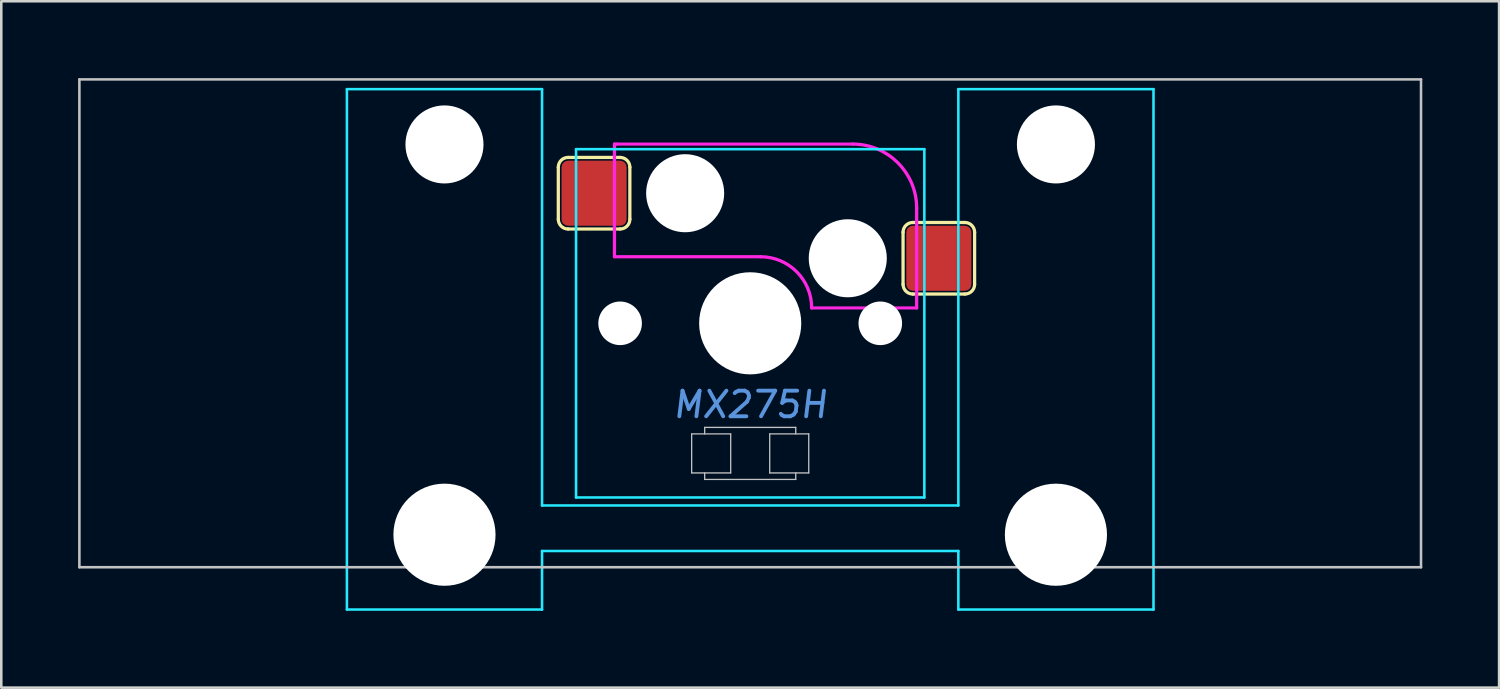
<source format=kicad_pcb>
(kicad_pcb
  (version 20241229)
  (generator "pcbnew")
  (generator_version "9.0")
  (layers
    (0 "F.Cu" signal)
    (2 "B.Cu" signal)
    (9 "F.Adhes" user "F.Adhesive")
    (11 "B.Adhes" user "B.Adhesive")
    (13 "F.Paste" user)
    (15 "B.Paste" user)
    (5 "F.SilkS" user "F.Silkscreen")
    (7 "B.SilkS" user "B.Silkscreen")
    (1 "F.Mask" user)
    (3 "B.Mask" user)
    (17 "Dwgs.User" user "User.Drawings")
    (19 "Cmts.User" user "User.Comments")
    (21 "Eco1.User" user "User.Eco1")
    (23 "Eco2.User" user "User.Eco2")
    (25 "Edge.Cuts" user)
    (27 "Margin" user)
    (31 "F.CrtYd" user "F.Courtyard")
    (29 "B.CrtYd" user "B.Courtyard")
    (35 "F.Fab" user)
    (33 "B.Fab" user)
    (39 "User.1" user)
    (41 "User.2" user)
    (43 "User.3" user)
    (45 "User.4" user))
  (footprint "MX275H"
    (layer "F.Cu")
    (at 26.244 9.575)
    (property "Reference" "MX275H" (at 0 3.175 0) (layer "Cmts.User") (effects (font (size 1 1) (thickness 0.15) (italic yes))))
    (attr smd)
    (fp_line (start -7.493 -6.096) (end -7.493 -4.064) (stroke (width 0.127) (type solid)) (layer "F.SilkS"))
    (fp_line (start -7.112 -3.683) (end -5.08 -3.683) (stroke (width 0.127) (type solid)) (layer "F.SilkS"))
    (fp_line (start -5.08 -6.477) (end -7.112 -6.477) (stroke (width 0.127) (type solid)) (layer "F.SilkS"))
    (fp_line (start -4.699 -4.064) (end -4.699 -6.096) (stroke (width 0.127) (type solid)) (layer "F.SilkS"))
    (fp_line (start 5.969 -3.556) (end 5.969 -1.524) (stroke (width 0.127) (type solid)) (layer "F.SilkS"))
    (fp_line (start 6.35 -1.143) (end 8.382 -1.143) (stroke (width 0.127) (type solid)) (layer "F.SilkS"))
    (fp_line (start 8.382 -3.937) (end 6.35 -3.937) (stroke (width 0.127) (type solid)) (layer "F.SilkS"))
    (fp_line (start 8.763 -1.524) (end 8.763 -3.556) (stroke (width 0.127) (type solid)) (layer "F.SilkS"))
    (fp_arc (start -7.493 -6.096) (mid -7.381408 -6.365408) (end -7.112 -6.477) (stroke (width 0.127) (type solid)) (layer "F.SilkS"))
    (fp_arc (start -7.112 -3.683) (mid -7.381408 -3.794592) (end -7.493 -4.064) (stroke (width 0.127) (type solid)) (layer "F.SilkS"))
    (fp_arc (start -5.08 -6.477) (mid -4.810592 -6.365408) (end -4.699 -6.096) (stroke (width 0.127) (type solid)) (layer "F.SilkS"))
    (fp_arc (start -4.699 -4.064) (mid -4.810592 -3.794592) (end -5.08 -3.683) (stroke (width 0.127) (type solid)) (layer "F.SilkS"))
    (fp_arc (start 5.969 -3.556) (mid 6.080592 -3.825408) (end 6.35 -3.937) (stroke (width 0.127) (type solid)) (layer "F.SilkS"))
    (fp_arc (start 6.35 -1.143) (mid 6.080592 -1.254592) (end 5.969 -1.524) (stroke (width 0.127) (type solid)) (layer "F.SilkS"))
    (fp_arc (start 8.382 -3.937) (mid 8.651408 -3.825408) (end 8.763 -3.556) (stroke (width 0.127) (type solid)) (layer "F.SilkS"))
    (fp_arc (start 8.763 -1.524) (mid 8.651408 -1.254592) (end 8.382 -1.143) (stroke (width 0.127) (type solid)) (layer "F.SilkS"))
    (fp_line (start -26.194 -9.525) (end -26.194 9.525) (stroke (width 0.1) (type solid)) (layer "Dwgs.User"))
    (fp_line (start -26.194 -9.525) (end 26.194 -9.525) (stroke (width 0.1) (type solid)) (layer "Dwgs.User"))
    (fp_line (start -26.194 9.525) (end 26.194 9.525) (stroke (width 0.1) (type solid)) (layer "Dwgs.User"))
    (fp_line (start -2.286 4.318) (end -0.762 4.318) (stroke (width 0.051) (type solid)) (layer "Dwgs.User"))
    (fp_line (start -2.286 5.842) (end -2.286 4.318) (stroke (width 0.051) (type solid)) (layer "Dwgs.User"))
    (fp_line (start -1.778 4.064) (end 1.778 4.064) (stroke (width 0.051) (type solid)) (layer "Dwgs.User"))
    (fp_line (start -1.778 4.318) (end -1.778 4.064) (stroke (width 0.051) (type solid)) (layer "Dwgs.User"))
    (fp_line (start -1.778 6.096) (end -1.778 5.842) (stroke (width 0.051) (type solid)) (layer "Dwgs.User"))
    (fp_line (start -0.762 4.318) (end -0.762 5.842) (stroke (width 0.051) (type solid)) (layer "Dwgs.User"))
    (fp_line (start -0.762 5.842) (end -2.286 5.842) (stroke (width 0.051) (type solid)) (layer "Dwgs.User"))
    (fp_line (start 0.762 4.318) (end 2.286 4.318) (stroke (width 0.051) (type solid)) (layer "Dwgs.User"))
    (fp_line (start 0.762 5.842) (end 0.762 4.318) (stroke (width 0.051) (type solid)) (layer "Dwgs.User"))
    (fp_line (start 1.778 4.064) (end 1.778 4.318) (stroke (width 0.051) (type solid)) (layer "Dwgs.User"))
    (fp_line (start 1.778 5.842) (end 1.778 6.096) (stroke (width 0.051) (type solid)) (layer "Dwgs.User"))
    (fp_line (start 1.778 6.096) (end -1.778 6.096) (stroke (width 0.051) (type solid)) (layer "Dwgs.User"))
    (fp_line (start 2.286 4.318) (end 2.286 5.842) (stroke (width 0.051) (type solid)) (layer "Dwgs.User"))
    (fp_line (start 2.286 5.842) (end 0.762 5.842) (stroke (width 0.051) (type solid)) (layer "Dwgs.User"))
    (fp_line (start 26.194 -9.525) (end 26.194 9.525) (stroke (width 0.1) (type solid)) (layer "Dwgs.User"))
    (fp_line (start -17.17 -0.889) (end -17.17 -2.921) (stroke (width 0.1) (type solid)) (layer "Eco1.User"))
    (fp_line (start -16.789 -3.302) (end -16.535 -3.302) (stroke (width 0.1) (type solid)) (layer "Eco1.User"))
    (fp_line (start -16.535 -0.508) (end -16.789 -0.508) (stroke (width 0.1) (type solid)) (layer "Eco1.User"))
    (fp_line (start -16.154 -3.683) (end -16.154 -5.309) (stroke (width 0.1) (type solid)) (layer "Eco1.User"))
    (fp_line (start -16.154 6.223) (end -16.154 -0.127) (stroke (width 0.1) (type solid)) (layer "Eco1.User"))
    (fp_line (start -15.773 -5.69) (end -9.881 -5.69) (stroke (width 0.1) (type solid)) (layer "Eco1.User"))
    (fp_line (start -14.732 6.604) (end -15.773 6.604) (stroke (width 0.1) (type solid)) (layer "Eco1.User"))
    (fp_line (start -14.351 7.391) (end -14.351 6.985) (stroke (width 0.1) (type solid)) (layer "Eco1.User"))
    (fp_line (start -11.684 7.772) (end -13.97 7.772) (stroke (width 0.1) (type solid)) (layer "Eco1.User"))
    (fp_line (start -11.303 6.985) (end -11.303 7.391) (stroke (width 0.1) (type solid)) (layer "Eco1.User"))
    (fp_line (start -9.881 6.604) (end -10.922 6.604) (stroke (width 0.1) (type solid)) (layer "Eco1.User"))
    (fp_line (start -9.5 -5.309) (end -9.5 -5.258) (stroke (width 0.1) (type solid)) (layer "Eco1.User"))
    (fp_line (start -9.5 6.198) (end -9.5 6.223) (stroke (width 0.1) (type solid)) (layer "Eco1.User"))
    (fp_line (start -9.119 -4.877) (end -7.366 -4.877) (stroke (width 0.1) (type solid)) (layer "Eco1.User"))
    (fp_line (start -7.366 5.817) (end -9.119 5.817) (stroke (width 0.1) (type solid)) (layer "Eco1.User"))
    (fp_line (start -6.985 -5.258) (end -6.985 -6.604) (stroke (width 0.1) (type solid)) (layer "Eco1.User"))
    (fp_line (start -6.985 6.604) (end -6.985 6.197) (stroke (width 0.1) (type solid)) (layer "Eco1.User"))
    (fp_line (start -6.604 -6.985) (end 6.604 -6.985) (stroke (width 0.1) (type solid)) (layer "Eco1.User"))
    (fp_line (start 0 -2.159) (end 0 2.159) (stroke (width 0.1) (type solid)) (layer "Eco1.User"))
    (fp_line (start 2.159 0) (end -2.159 0) (stroke (width 0.1) (type solid)) (layer "Eco1.User"))
    (fp_line (start 6.604 6.985) (end -6.604 6.985) (stroke (width 0.1) (type solid)) (layer "Eco1.User"))
    (fp_line (start 6.985 -5.258) (end 6.985 -6.604) (stroke (width 0.1) (type solid)) (layer "Eco1.User"))
    (fp_line (start 6.985 6.604) (end 6.985 6.197) (stroke (width 0.1) (type solid)) (layer "Eco1.User"))
    (fp_line (start 7.366 5.817) (end 9.119 5.817) (stroke (width 0.1) (type solid)) (layer "Eco1.User"))
    (fp_line (start 9.119 -4.877) (end 7.366 -4.877) (stroke (width 0.1) (type solid)) (layer "Eco1.User"))
    (fp_line (start 9.5 -5.309) (end 9.5 -5.258) (stroke (width 0.1) (type solid)) (layer "Eco1.User"))
    (fp_line (start 9.5 6.198) (end 9.5 6.223) (stroke (width 0.1) (type solid)) (layer "Eco1.User"))
    (fp_line (start 9.881 6.604) (end 10.922 6.604) (stroke (width 0.1) (type solid)) (layer "Eco1.User"))
    (fp_line (start 11.303 6.985) (end 11.303 7.391) (stroke (width 0.1) (type solid)) (layer "Eco1.User"))
    (fp_line (start 11.684 7.772) (end 13.97 7.772) (stroke (width 0.1) (type solid)) (layer "Eco1.User"))
    (fp_line (start 14.351 7.391) (end 14.351 6.985) (stroke (width 0.1) (type solid)) (layer "Eco1.User"))
    (fp_line (start 14.732 6.604) (end 15.773 6.604) (stroke (width 0.1) (type solid)) (layer "Eco1.User"))
    (fp_line (start 15.773 -5.69) (end 9.881 -5.69) (stroke (width 0.1) (type solid)) (layer "Eco1.User"))
    (fp_line (start 16.154 -3.683) (end 16.154 -5.309) (stroke (width 0.1) (type solid)) (layer "Eco1.User"))
    (fp_line (start 16.154 6.223) (end 16.154 -0.127) (stroke (width 0.1) (type solid)) (layer "Eco1.User"))
    (fp_line (start 16.535 -0.508) (end 16.789 -0.508) (stroke (width 0.1) (type solid)) (layer "Eco1.User"))
    (fp_line (start 16.789 -3.302) (end 16.535 -3.302) (stroke (width 0.1) (type solid)) (layer "Eco1.User"))
    (fp_line (start 17.17 -0.889) (end 17.17 -2.921) (stroke (width 0.1) (type solid)) (layer "Eco1.User"))
    (fp_arc (start -17.1704 -2.921) (mid -17.058808 -3.190408) (end -16.7894 -3.302) (stroke (width 0.1) (type solid)) (layer "Eco1.User"))
    (fp_arc (start -16.7894 -0.508) (mid -17.058808 -0.619592) (end -17.1704 -0.889) (stroke (width 0.1) (type solid)) (layer "Eco1.User"))
    (fp_arc (start -16.5354 -0.508) (mid -16.265992 -0.396408) (end -16.1544 -0.127) (stroke (width 0.1) (type solid)) (layer "Eco1.User"))
    (fp_arc (start -16.1544 -5.3086) (mid -16.042808 -5.578008) (end -15.7734 -5.6896) (stroke (width 0.1) (type solid)) (layer "Eco1.User"))
    (fp_arc (start -16.1544 -3.683) (mid -16.265992 -3.413592) (end -16.5354 -3.302) (stroke (width 0.1) (type solid)) (layer "Eco1.User"))
    (fp_arc (start -15.7734 6.604) (mid -16.042808 6.492408) (end -16.1544 6.223) (stroke (width 0.1) (type solid)) (layer "Eco1.User"))
    (fp_arc (start -14.732 6.604) (mid -14.462592 6.715592) (end -14.351 6.985) (stroke (width 0.1) (type solid)) (layer "Eco1.User"))
    (fp_arc (start -13.97 7.7724) (mid -14.239408 7.660808) (end -14.351 7.3914) (stroke (width 0.1) (type solid)) (layer "Eco1.User"))
    (fp_arc (start -11.303 6.985) (mid -11.191408 6.715592) (end -10.922 6.604) (stroke (width 0.1) (type solid)) (layer "Eco1.User"))
    (fp_arc (start -11.303 7.3914) (mid -11.414592 7.660808) (end -11.684 7.7724) (stroke (width 0.1) (type solid)) (layer "Eco1.User"))
    (fp_arc (start -9.8806 -5.6896) (mid -9.611192 -5.578008) (end -9.4996 -5.3086) (stroke (width 0.1) (type solid)) (layer "Eco1.User"))
    (fp_arc (start -9.4996 6.1976) (mid -9.388008 5.928192) (end -9.1186 5.8166) (stroke (width 0.1) (type solid)) (layer "Eco1.User"))
    (fp_arc (start -9.4996 6.223) (mid -9.611192 6.492408) (end -9.8806 6.604) (stroke (width 0.1) (type solid)) (layer "Eco1.User"))
    (fp_arc (start -9.1186 -4.8768) (mid -9.388008 -4.988392) (end -9.4996 -5.2578) (stroke (width 0.1) (type solid)) (layer "Eco1.User"))
    (fp_arc (start -7.366 5.8166) (mid -7.096592 5.928192) (end -6.985 6.1976) (stroke (width 0.1) (type solid)) (layer "Eco1.User"))
    (fp_arc (start -6.985 -6.604) (mid -6.873408 -6.873408) (end -6.604 -6.985) (stroke (width 0.1) (type solid)) (layer "Eco1.User"))
    (fp_arc (start -6.985 -5.2578) (mid -7.096592 -4.988392) (end -7.366 -4.8768) (stroke (width 0.1) (type solid)) (layer "Eco1.User"))
    (fp_arc (start -6.604 6.985) (mid -6.873408 6.873408) (end -6.985 6.604) (stroke (width 0.1) (type solid)) (layer "Eco1.User"))
    (fp_arc (start 6.604 -6.985) (mid 6.873408 -6.873408) (end 6.985 -6.604) (stroke (width 0.1) (type solid)) (layer "Eco1.User"))
    (fp_arc (start 6.985 6.1976) (mid 7.096592 5.928192) (end 7.366 5.8166) (stroke (width 0.1) (type solid)) (layer "Eco1.User"))
    (fp_arc (start 6.985 6.604) (mid 6.873408 6.873408) (end 6.604 6.985) (stroke (width 0.1) (type solid)) (layer "Eco1.User"))
    (fp_arc (start 7.366 -4.8768) (mid 7.096592 -4.988392) (end 6.985 -5.2578) (stroke (width 0.1) (type solid)) (layer "Eco1.User"))
    (fp_arc (start 9.1186 5.8166) (mid 9.388008 5.928192) (end 9.4996 6.1976) (stroke (width 0.1) (type solid)) (layer "Eco1.User"))
    (fp_arc (start 9.4996 -5.3086) (mid 9.611192 -5.578008) (end 9.8806 -5.6896) (stroke (width 0.1) (type solid)) (layer "Eco1.User"))
    (fp_arc (start 9.4996 -5.2578) (mid 9.388008 -4.988392) (end 9.1186 -4.8768) (stroke (width 0.1) (type solid)) (layer "Eco1.User"))
    (fp_arc (start 9.8806 6.604) (mid 9.611192 6.492408) (end 9.4996 6.223) (stroke (width 0.1) (type solid)) (layer "Eco1.User"))
    (fp_arc (start 10.922 6.604) (mid 11.191408 6.715592) (end 11.303 6.985) (stroke (width 0.1) (type solid)) (layer "Eco1.User"))
    (fp_arc (start 11.684 7.7724) (mid 11.414592 7.660808) (end 11.303 7.3914) (stroke (width 0.1) (type solid)) (layer "Eco1.User"))
    (fp_arc (start 14.351 6.985) (mid 14.462592 6.715592) (end 14.732 6.604) (stroke (width 0.1) (type solid)) (layer "Eco1.User"))
    (fp_arc (start 14.351 7.3914) (mid 14.239408 7.660808) (end 13.97 7.7724) (stroke (width 0.1) (type solid)) (layer "Eco1.User"))
    (fp_arc (start 15.7734 -5.6896) (mid 16.042808 -5.578008) (end 16.1544 -5.3086) (stroke (width 0.1) (type solid)) (layer "Eco1.User"))
    (fp_arc (start 16.1544 -0.127) (mid 16.265992 -0.396408) (end 16.5354 -0.508) (stroke (width 0.1) (type solid)) (layer "Eco1.User"))
    (fp_arc (start 16.1544 6.223) (mid 16.042808 6.492408) (end 15.7734 6.604) (stroke (width 0.1) (type solid)) (layer "Eco1.User"))
    (fp_arc (start 16.5354 -3.302) (mid 16.265992 -3.413592) (end 16.1544 -3.683) (stroke (width 0.1) (type solid)) (layer "Eco1.User"))
    (fp_arc (start 16.7894 -3.302) (mid 17.058808 -3.190408) (end 17.1704 -2.921) (stroke (width 0.1) (type solid)) (layer "Eco1.User"))
    (fp_arc (start 17.1704 -0.889) (mid 17.058808 -0.619592) (end 16.7894 -0.508) (stroke (width 0.1) (type solid)) (layer "Eco1.User"))
    (fp_circle (center 0 0) (end 1.994 0) (stroke (width 0.1) (type solid)) (fill no) (layer "Eco1.User"))
    (fp_line (start -15.748 -9.144) (end -15.748 11.176) (stroke (width 0.1) (type solid)) (layer "B.CrtYd"))
    (fp_line (start -15.748 11.176) (end -8.128 11.176) (stroke (width 0.1) (type solid)) (layer "B.CrtYd"))
    (fp_line (start -8.128 -9.144) (end -15.748 -9.144) (stroke (width 0.1) (type solid)) (layer "B.CrtYd"))
    (fp_line (start -8.128 7.112) (end -8.128 -9.144) (stroke (width 0.1) (type solid)) (layer "B.CrtYd"))
    (fp_line (start -8.128 7.112) (end 8.128 7.112) (stroke (width 0.1) (type solid)) (layer "B.CrtYd"))
    (fp_line (start -8.128 8.89) (end -8.128 11.176) (stroke (width 0.1) (type solid)) (layer "B.CrtYd"))
    (fp_line (start -8.128 8.89) (end 8.128 8.89) (stroke (width 0.1) (type solid)) (layer "B.CrtYd"))
    (fp_line (start -6.8 -6.8) (end -6.8 6.8) (stroke (width 0.1) (type solid)) (layer "B.CrtYd"))
    (fp_line (start 6.8 -6.8) (end -6.8 -6.8) (stroke (width 0.1) (type solid)) (layer "B.CrtYd"))
    (fp_line (start 6.8 -6.8) (end 6.8 6.8) (stroke (width 0.1) (type solid)) (layer "B.CrtYd"))
    (fp_line (start 6.8 6.8) (end -6.8 6.8) (stroke (width 0.1) (type solid)) (layer "B.CrtYd"))
    (fp_line (start 8.128 -9.144) (end 15.748 -9.144) (stroke (width 0.1) (type solid)) (layer "B.CrtYd"))
    (fp_line (start 8.128 7.112) (end 8.128 -9.142) (stroke (width 0.1) (type solid)) (layer "B.CrtYd"))
    (fp_line (start 8.128 8.89) (end 8.128 11.176) (stroke (width 0.1) (type solid)) (layer "B.CrtYd"))
    (fp_line (start 15.748 11.176) (end 8.128 11.176) (stroke (width 0.1) (type solid)) (layer "B.CrtYd"))
    (fp_line (start 15.748 11.176) (end 15.748 -9.144) (stroke (width 0.1) (type solid)) (layer "B.CrtYd"))
    (fp_line (start -5.3 -7) (end -5.3 -2.6) (stroke (width 0.127) (type solid)) (layer "F.CrtYd"))
    (fp_line (start -5.2 -7) (end -5.3 -7) (stroke (width 0.12) (type solid)) (layer "F.CrtYd"))
    (fp_line (start 0.4 -2.6) (end -5.3 -2.6) (stroke (width 0.127) (type solid)) (layer "F.CrtYd"))
    (fp_line (start 4 -7) (end -5.2 -7) (stroke (width 0.12) (type solid)) (layer "F.CrtYd"))
    (fp_line (start 6.5 -4.5) (end 6.5 -0.6) (stroke (width 0.127) (type solid)) (layer "F.CrtYd"))
    (fp_line (start 6.5 -0.6) (end 2.4 -0.6) (stroke (width 0.12) (type solid)) (layer "F.CrtYd"))
    (fp_arc (start 0.4 -2.6) (mid 1.814214 -2.014214) (end 2.4 -0.6) (stroke (width 0.127) (type solid)) (layer "F.CrtYd"))
    (fp_arc (start 4 -7) (mid 5.767767 -6.267767) (end 6.5 -4.5) (stroke (width 0.127) (type solid)) (layer "F.CrtYd"))
    (pad "" np_thru_hole circle (at -11.938 -6.985) (size 3.048 3.048) (drill 3.048) (layers "*.Cu" "*.Mask"))
    (pad "" np_thru_hole circle (at -11.938 8.255) (size 3.988 3.988) (drill 3.988) (layers "*.Cu" "*.Mask"))
    (pad "" np_thru_hole circle (at -5.08 0) (size 1.702 1.702) (drill 1.702) (layers "*.Cu" "*.Mask"))
    (pad "" np_thru_hole circle (at -2.54 -5.08) (size 3.048 3.048) (drill 3.048) (layers "*.Cu" "*.Mask"))
    (pad "" np_thru_hole circle (at 0 0) (size 3.988 3.988) (drill 3.988) (layers "*.Cu" "*.Mask"))
    (pad "" np_thru_hole circle (at 3.81 -2.54) (size 3.048 3.048) (drill 3.048) (layers "*.Cu" "*.Mask"))
    (pad "" np_thru_hole circle (at 5.08 0) (size 1.702 1.702) (drill 1.702) (layers "*.Cu" "*.Mask"))
    (pad "" np_thru_hole circle (at 11.938 -6.985) (size 3.048 3.048) (drill 3.048) (layers "*.Cu" "*.Mask"))
    (pad "" np_thru_hole circle (at 11.938 8.255) (size 3.988 3.988) (drill 3.988) (layers "*.Cu" "*.Mask"))
    (pad "1" smd roundrect (at -6.096 -5.08) (size 2.54 2.54) (layers "F.Cu" "F.Mask") (roundrect_rratio 0.1))
    (pad "2" smd roundrect (at 7.366 -2.54) (size 2.54 2.54) (layers "F.Cu" "F.Mask") (roundrect_rratio 0.1)))
  (gr_rect
    (start -3 -3)
    (end 55.487 23.801)
    (stroke (width 0.1) (type default))
    (fill no)
    (layer "Edge.Cuts")))
</source>
